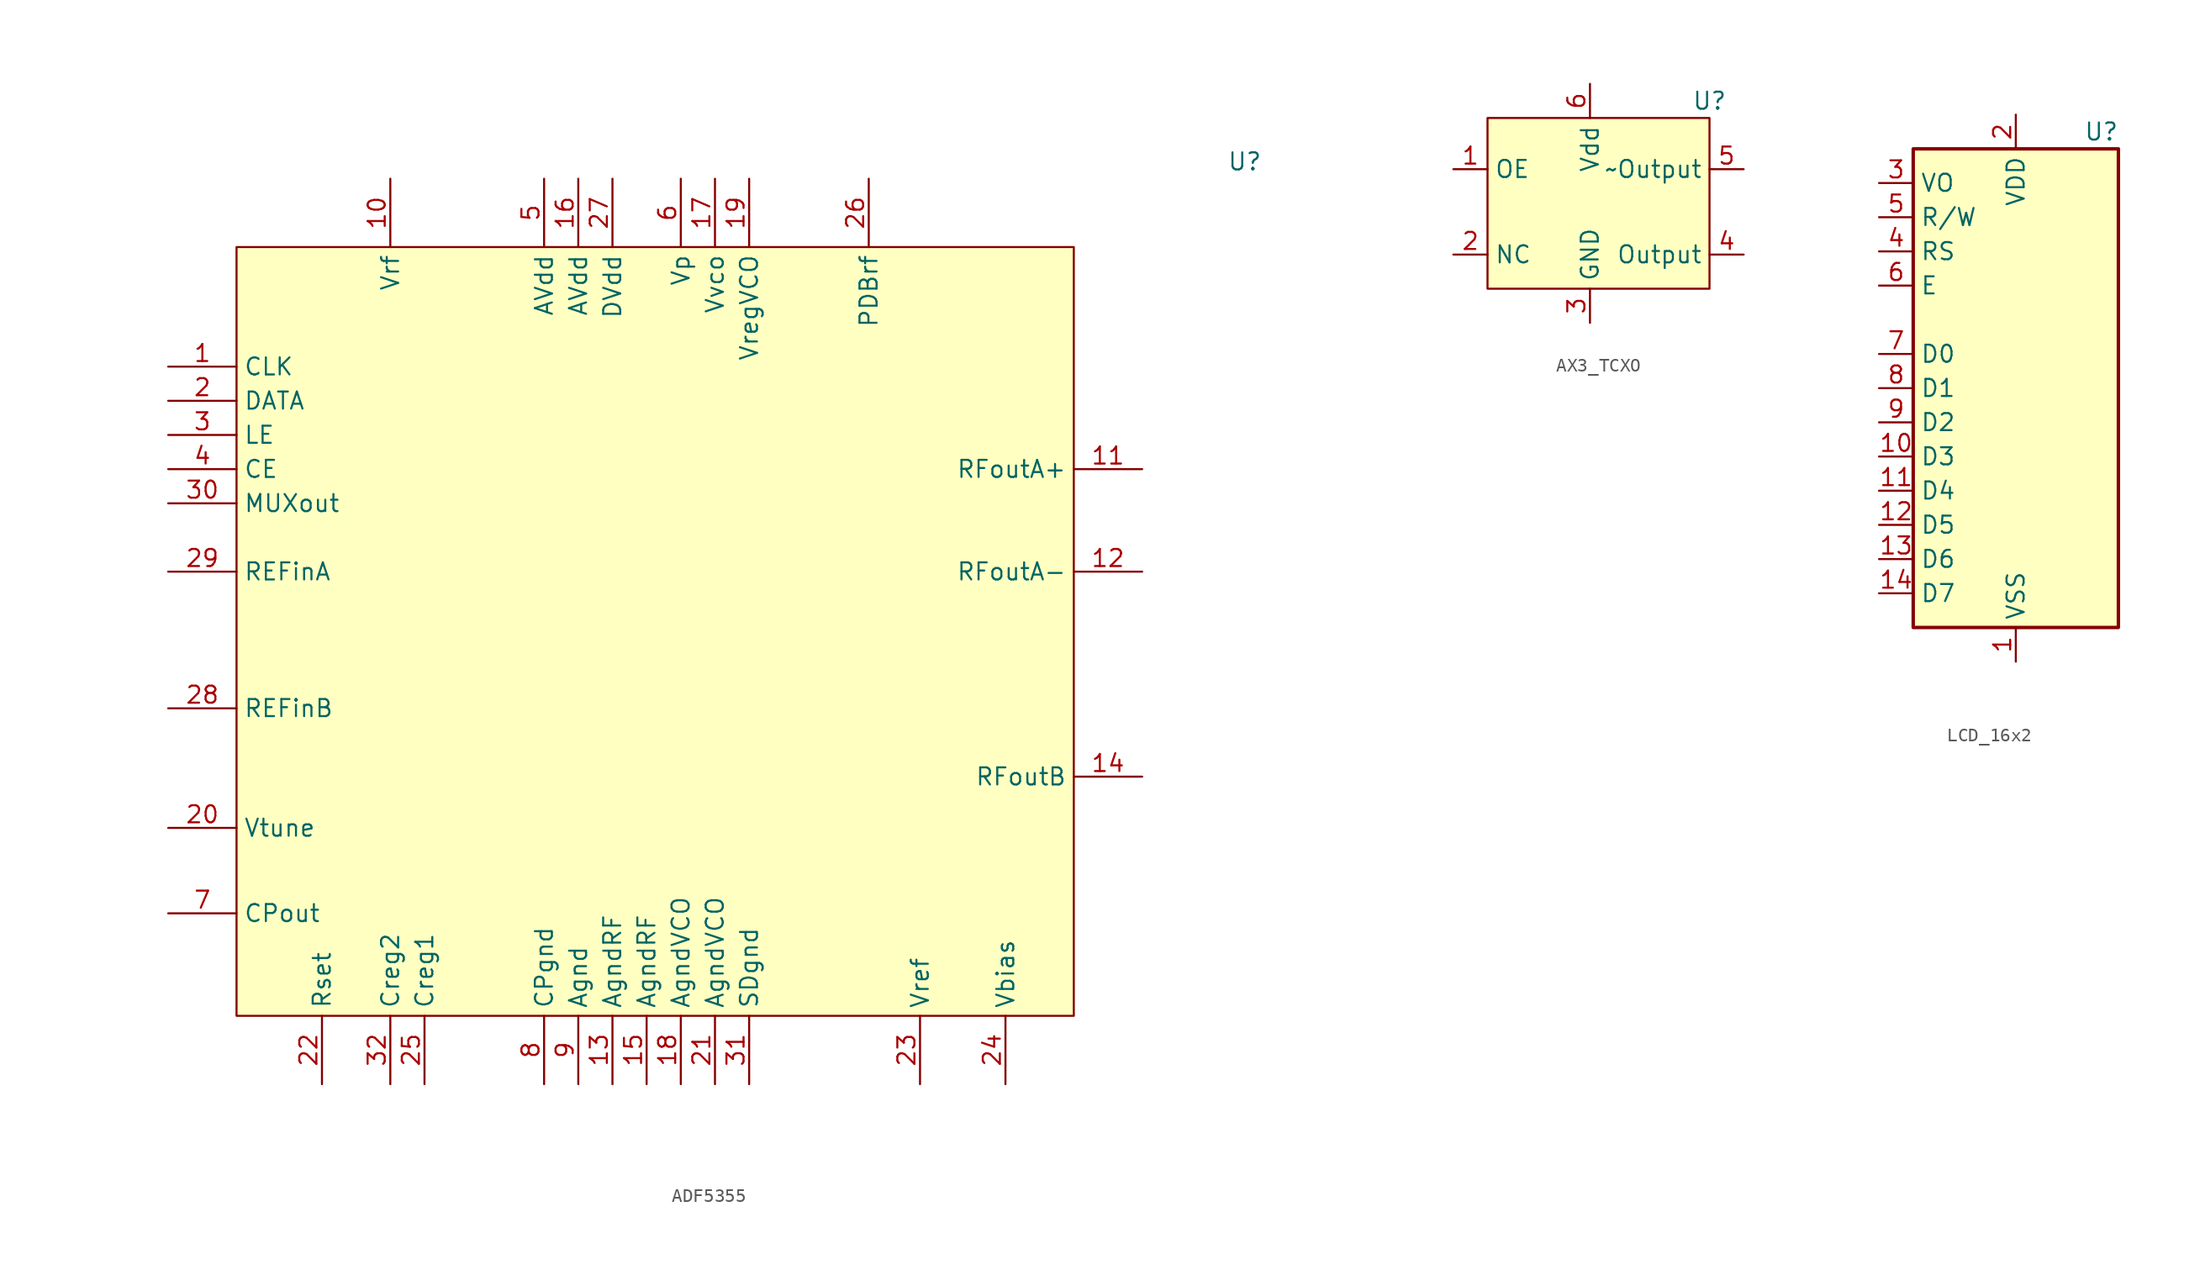
<source format=kicad_sym>
(kicad_symbol_lib
  (version 20220914)
  (generator kicad_symbol_editor)
  (symbol "ADF5355"
    (property "Reference" "U"
      (at 44.45 35.56 0)
      (effects (font (size 1.27 1.27))))
    (property "Value" ""
      (at -2.54 20.32 0)
      (effects (font (size 1.27 1.27))))
    (symbol "ADF5355_1_0"
      (pin passive line (at -35.56 20.32 0) (length 5.08) (name "CLK" (effects (font (size 1.27 1.27)))) (number "1" (effects (font (size 1.27 1.27)))))
      (pin passive line (at -19.05 34.29 270) (length 5.08) (name "Vrf" (effects (font (size 1.27 1.27)))) (number "10" (effects (font (size 1.27 1.27)))))
      (pin passive line (at 36.83 12.7 180) (length 5.08) (name "RFoutA+" (effects (font (size 1.27 1.27)))) (number "11" (effects (font (size 1.27 1.27)))))
      (pin passive line (at 36.83 5.08 180) (length 5.08) (name "RFoutA-" (effects (font (size 1.27 1.27)))) (number "12" (effects (font (size 1.27 1.27)))))
      (pin passive line (at -2.54 -33.02 90) (length 5.08) (name "AgndRF" (effects (font (size 1.27 1.27)))) (number "13" (effects (font (size 1.27 1.27)))))
      (pin passive line (at 36.83 -10.16 180) (length 5.08) (name "RFoutB" (effects (font (size 1.27 1.27)))) (number "14" (effects (font (size 1.27 1.27)))))
      (pin passive line (at 0 -33.02 90) (length 5.08) (name "AgndRF" (effects (font (size 1.27 1.27)))) (number "15" (effects (font (size 1.27 1.27)))))
      (pin passive line (at -5.08 34.29 270) (length 5.08) (name "AVdd" (effects (font (size 1.27 1.27)))) (number "16" (effects (font (size 1.27 1.27)))))
      (pin passive line (at 5.08 34.29 270) (length 5.08) (name "Vvco" (effects (font (size 1.27 1.27)))) (number "17" (effects (font (size 1.27 1.27)))))
      (pin passive line (at 2.54 -33.02 90) (length 5.08) (name "AgndVCO" (effects (font (size 1.27 1.27)))) (number "18" (effects (font (size 1.27 1.27)))))
      (pin passive line (at 7.62 34.29 270) (length 5.08) (name "VregVCO" (effects (font (size 1.27 1.27)))) (number "19" (effects (font (size 1.27 1.27)))))
      (pin passive line (at -35.56 17.78 0) (length 5.08) (name "DATA" (effects (font (size 1.27 1.27)))) (number "2" (effects (font (size 1.27 1.27)))))
      (pin passive line (at -35.56 -13.97 0) (length 5.08) (name "Vtune" (effects (font (size 1.27 1.27)))) (number "20" (effects (font (size 1.27 1.27)))))
      (pin passive line (at 5.08 -33.02 90) (length 5.08) (name "AgndVCO" (effects (font (size 1.27 1.27)))) (number "21" (effects (font (size 1.27 1.27)))))
      (pin passive line (at -24.13 -33.02 90) (length 5.08) (name "Rset" (effects (font (size 1.27 1.27)))) (number "22" (effects (font (size 1.27 1.27)))))
      (pin passive line (at 20.32 -33.02 90) (length 5.08) (name "Vref" (effects (font (size 1.27 1.27)))) (number "23" (effects (font (size 1.27 1.27)))))
      (pin passive line (at 26.67 -33.02 90) (length 5.08) (name "Vbias" (effects (font (size 1.27 1.27)))) (number "24" (effects (font (size 1.27 1.27)))))
      (pin passive line (at -16.51 -33.02 90) (length 5.08) (name "Creg1" (effects (font (size 1.27 1.27)))) (number "25" (effects (font (size 1.27 1.27)))))
      (pin passive line (at 16.51 34.29 270) (length 5.08) (name "PDBrf" (effects (font (size 1.27 1.27)))) (number "26" (effects (font (size 1.27 1.27)))))
      (pin passive line (at -2.54 34.29 270) (length 5.08) (name "DVdd" (effects (font (size 1.27 1.27)))) (number "27" (effects (font (size 1.27 1.27)))))
      (pin passive line (at -35.56 -5.08 0) (length 5.08) (name "REFinB" (effects (font (size 1.27 1.27)))) (number "28" (effects (font (size 1.27 1.27)))))
      (pin passive line (at -35.56 5.08 0) (length 5.08) (name "REFinA" (effects (font (size 1.27 1.27)))) (number "29" (effects (font (size 1.27 1.27)))))
      (pin passive line (at -35.56 15.24 0) (length 5.08) (name "LE" (effects (font (size 1.27 1.27)))) (number "3" (effects (font (size 1.27 1.27)))))
      (pin passive line (at -35.56 10.16 0) (length 5.08) (name "MUXout" (effects (font (size 1.27 1.27)))) (number "30" (effects (font (size 1.27 1.27)))))
      (pin passive line (at 7.62 -33.02 90) (length 5.08) (name "SDgnd" (effects (font (size 1.27 1.27)))) (number "31" (effects (font (size 1.27 1.27)))))
      (pin passive line (at -19.05 -33.02 90) (length 5.08) (name "Creg2" (effects (font (size 1.27 1.27)))) (number "32" (effects (font (size 1.27 1.27)))))
      (pin passive line (at -35.56 12.7 0) (length 5.08) (name "CE" (effects (font (size 1.27 1.27)))) (number "4" (effects (font (size 1.27 1.27)))))
      (pin passive line (at -7.62 34.29 270) (length 5.08) (name "AVdd" (effects (font (size 1.27 1.27)))) (number "5" (effects (font (size 1.27 1.27)))))
      (pin passive line (at 2.54 34.29 270) (length 5.08) (name "Vp" (effects (font (size 1.27 1.27)))) (number "6" (effects (font (size 1.27 1.27)))))
      (pin passive line (at -35.56 -20.32 0) (length 5.08) (name "CPout" (effects (font (size 1.27 1.27)))) (number "7" (effects (font (size 1.27 1.27)))))
      (pin passive line (at -7.62 -33.02 90) (length 5.08) (name "CPgnd" (effects (font (size 1.27 1.27)))) (number "8" (effects (font (size 1.27 1.27)))))
      (pin passive line (at -5.08 -33.02 90) (length 5.08) (name "Agnd" (effects (font (size 1.27 1.27)))) (number "9" (effects (font (size 1.27 1.27))))))
    (symbol "ADF5355_1_1"
      (rectangle (start -30.48 29.21) (end 31.75 -27.94) (stroke (width 0) (type default)) (fill (type background)))))
  (symbol "AX3_TCXO"
    (property "Reference" "U"
      (at 8.89 6.35 0)
      (effects (font (size 1.27 1.27))))
    (property "Value" ""
      (at -5.08 -1.27 90)
      (effects (font (size 1.27 1.27))))
    (symbol "AX3_TCXO_1_1"
      (rectangle (start -7.62 5.08) (end 8.89 -7.62) (stroke (width 0) (type default)) (fill (type background)))
      (pin passive line (at -10.16 1.27 0) (length 2.54) (name "OE" (effects (font (size 1.27 1.27)))) (number "1" (effects (font (size 1.27 1.27)))))
      (pin passive line (at -10.16 -5.08 0) (length 2.54) (name "NC" (effects (font (size 1.27 1.27)))) (number "2" (effects (font (size 1.27 1.27)))))
      (pin passive line (at 0 -10.16 90) (length 2.54) (name "GND" (effects (font (size 1.27 1.27)))) (number "3" (effects (font (size 1.27 1.27)))))
      (pin passive line (at 11.43 -5.08 180) (length 2.54) (name "Output" (effects (font (size 1.27 1.27)))) (number "4" (effects (font (size 1.27 1.27)))))
      (pin passive line (at 11.43 1.27 180) (length 2.54) (name "~Output" (effects (font (size 1.27 1.27)))) (number "5" (effects (font (size 1.27 1.27)))))
      (pin passive line (at 0 7.62 270) (length 2.54) (name "Vdd" (effects (font (size 1.27 1.27)))) (number "6" (effects (font (size 1.27 1.27)))))))
  (symbol "LCD_16x2"
    (property "Reference" "U"
      (at 6.35 20.32 0)
      (effects (font (size 1.27 1.27))))
    (property "Value" ""
      (at -11.43 2.54 0)
      (effects (font (size 1.27 1.27))))
    (symbol "LCD_16x2_1_1"
      (rectangle (start -7.62 19.05) (end 7.62 -16.51) (stroke (width 0.254) (type default)) (fill (type background)))
      (pin power_in line (at 0 -19.05 90) (length 2.54) (name "VSS" (effects (font (size 1.27 1.27)))) (number "1" (effects (font (size 1.27 1.27)))))
      (pin input line (at -10.16 -3.81 0) (length 2.54) (name "D3" (effects (font (size 1.27 1.27)))) (number "10" (effects (font (size 1.27 1.27)))))
      (pin input line (at -10.16 -6.35 0) (length 2.54) (name "D4" (effects (font (size 1.27 1.27)))) (number "11" (effects (font (size 1.27 1.27)))))
      (pin input line (at -10.16 -8.89 0) (length 2.54) (name "D5" (effects (font (size 1.27 1.27)))) (number "12" (effects (font (size 1.27 1.27)))))
      (pin input line (at -10.16 -11.43 0) (length 2.54) (name "D6" (effects (font (size 1.27 1.27)))) (number "13" (effects (font (size 1.27 1.27)))))
      (pin input line (at -10.16 -13.97 0) (length 2.54) (name "D7" (effects (font (size 1.27 1.27)))) (number "14" (effects (font (size 1.27 1.27)))))
      (pin power_in line (at 0 21.59 270) (length 2.54) (name "VDD" (effects (font (size 1.27 1.27)))) (number "2" (effects (font (size 1.27 1.27)))))
      (pin input line (at -10.16 16.51 0) (length 2.54) (name "VO" (effects (font (size 1.27 1.27)))) (number "3" (effects (font (size 1.27 1.27)))))
      (pin input line (at -10.16 11.43 0) (length 2.54) (name "RS" (effects (font (size 1.27 1.27)))) (number "4" (effects (font (size 1.27 1.27)))))
      (pin input line (at -10.16 13.97 0) (length 2.54) (name "R/W" (effects (font (size 1.27 1.27)))) (number "5" (effects (font (size 1.27 1.27)))))
      (pin input line (at -10.16 8.89 0) (length 2.54) (name "E" (effects (font (size 1.27 1.27)))) (number "6" (effects (font (size 1.27 1.27)))))
      (pin input line (at -10.16 3.81 0) (length 2.54) (name "D0" (effects (font (size 1.27 1.27)))) (number "7" (effects (font (size 1.27 1.27)))))
      (pin input line (at -10.16 1.27 0) (length 2.54) (name "D1" (effects (font (size 1.27 1.27)))) (number "8" (effects (font (size 1.27 1.27)))))
      (pin input line (at -10.16 -1.27 0) (length 2.54) (name "D2" (effects (font (size 1.27 1.27)))) (number "9" (effects (font (size 1.27 1.27))))))))
</source>
